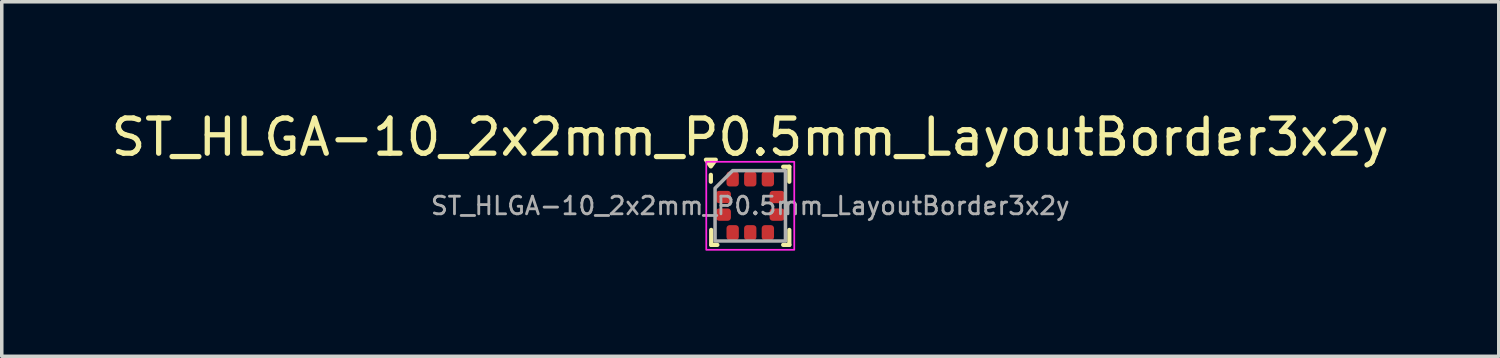
<source format=kicad_pcb>
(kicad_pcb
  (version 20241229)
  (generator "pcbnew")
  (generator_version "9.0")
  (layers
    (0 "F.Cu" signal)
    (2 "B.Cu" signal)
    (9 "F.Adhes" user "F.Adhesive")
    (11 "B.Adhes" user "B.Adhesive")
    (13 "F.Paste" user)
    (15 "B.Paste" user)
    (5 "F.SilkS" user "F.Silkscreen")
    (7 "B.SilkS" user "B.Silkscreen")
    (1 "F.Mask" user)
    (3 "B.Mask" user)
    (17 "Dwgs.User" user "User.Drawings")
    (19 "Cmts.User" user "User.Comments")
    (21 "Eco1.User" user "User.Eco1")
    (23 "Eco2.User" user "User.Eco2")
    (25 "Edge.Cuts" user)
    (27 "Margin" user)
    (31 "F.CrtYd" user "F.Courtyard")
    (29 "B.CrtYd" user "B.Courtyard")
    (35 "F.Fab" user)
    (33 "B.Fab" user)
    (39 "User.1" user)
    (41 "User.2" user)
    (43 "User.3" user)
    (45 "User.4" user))
  (footprint "ST_HLGA-10_2x2mm_P0.5mm_LayoutBorder3x2y"
    (layer "F.Cu")
    (at 18.268 2.798)
    (property "Reference" "ST_HLGA-10_2x2mm_P0.5mm_LayoutBorder3x2y" (at 0 -1.95 0) (layer "F.SilkS") (effects (font (size 1 1) (thickness 0.15))))
    (attr smd)
    (fp_line (start -1.12 -0.685) (end -1.12 -0.88) (stroke (width 0.12) (type solid)) (layer "F.SilkS"))
    (fp_line (start -1.11 1.11) (end -1.11 0.685) (stroke (width 0.12) (type solid)) (layer "F.SilkS"))
    (fp_line (start -0.935 1.11) (end -1.11 1.11) (stroke (width 0.12) (type solid)) (layer "F.SilkS"))
    (fp_line (start 0.935 -1.11) (end 1.11 -1.11) (stroke (width 0.12) (type solid)) (layer "F.SilkS"))
    (fp_line (start 0.935 1.11) (end 1.11 1.11) (stroke (width 0.12) (type solid)) (layer "F.SilkS"))
    (fp_line (start 1.11 -1.11) (end 1.11 -0.685) (stroke (width 0.12) (type solid)) (layer "F.SilkS"))
    (fp_line (start 1.11 1.11) (end 1.11 0.685) (stroke (width 0.12) (type solid)) (layer "F.SilkS"))
    (fp_poly (pts (xy -1.12 -1.12) (xy -1.26 -1.31) (xy -0.98 -1.31)) (stroke (width 0.12) (type solid)) (fill yes) (layer "F.SilkS"))
    (fp_rect (start -1.25 -1.25) (end 1.25 1.25) (stroke (width 0.05) (type solid)) (fill no) (layer "F.CrtYd"))
    (fp_poly (pts (xy -1 -0.5) (xy -1 1) (xy 1 1) (xy 1 -1) (xy -0.5 -1)) (stroke (width 0.1) (type solid)) (fill no) (layer "F.Fab"))
    (fp_text user "${REFERENCE}" (at 0 0 0) (layer "F.Fab") (effects (font (size 0.5 0.5) (thickness 0.08))))
    (pad "1" smd roundrect (at -0.762 -0.25) (size 0.425 0.35) (layers "F.Cu" "F.Mask" "F.Paste") (roundrect_rratio 0.25))
    (pad "2" smd roundrect (at -0.762 0.25) (size 0.425 0.35) (layers "F.Cu" "F.Mask" "F.Paste") (roundrect_rratio 0.25))
    (pad "3" smd roundrect (at -0.5 0.762) (size 0.35 0.425) (layers "F.Cu" "F.Mask" "F.Paste") (roundrect_rratio 0.25))
    (pad "4" smd roundrect (at 0 0.762) (size 0.35 0.425) (layers "F.Cu" "F.Mask" "F.Paste") (roundrect_rratio 0.25))
    (pad "5" smd roundrect (at 0.5 0.762) (size 0.35 0.425) (layers "F.Cu" "F.Mask" "F.Paste") (roundrect_rratio 0.25))
    (pad "6" smd roundrect (at 0.762 0.25) (size 0.425 0.35) (layers "F.Cu" "F.Mask" "F.Paste") (roundrect_rratio 0.25))
    (pad "7" smd roundrect (at 0.762 -0.25) (size 0.425 0.35) (layers "F.Cu" "F.Mask" "F.Paste") (roundrect_rratio 0.25))
    (pad "8" smd roundrect (at 0.5 -0.762) (size 0.35 0.425) (layers "F.Cu" "F.Mask" "F.Paste") (roundrect_rratio 0.25))
    (pad "9" smd roundrect (at 0 -0.762) (size 0.35 0.425) (layers "F.Cu" "F.Mask" "F.Paste") (roundrect_rratio 0.25))
    (pad "10" smd roundrect (at -0.5 -0.762) (size 0.35 0.425) (layers "F.Cu" "F.Mask" "F.Paste") (roundrect_rratio 0.25)))
  (gr_rect
    (start -3 -3)
    (end 39.536 7.073)
    (stroke (width 0.1) (type default))
    (fill no)
    (layer "Edge.Cuts")))
</source>
